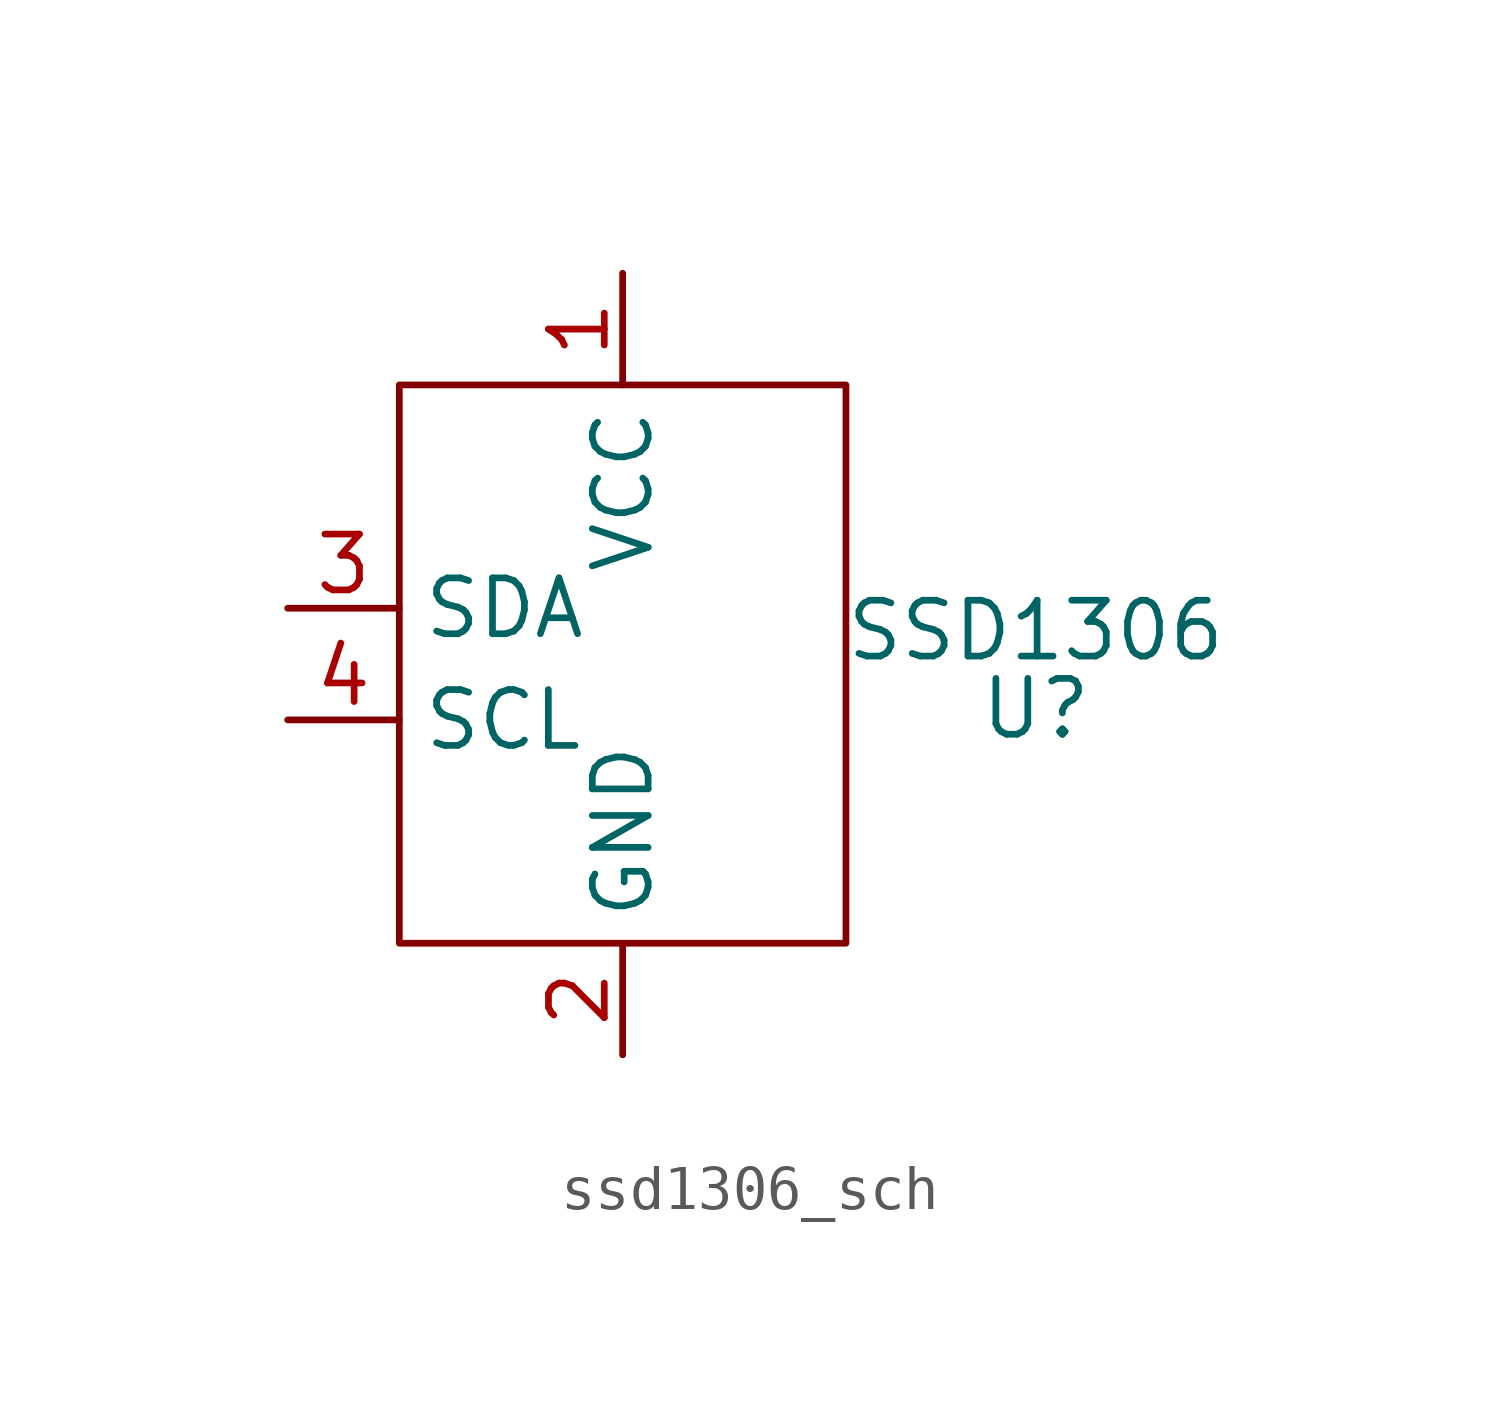
<source format=kicad_sym>
(kicad_symbol_lib
  (version 20241209)
  (generator "kicad_symbol_editor")
  (generator_version "9.0")
  (symbol "ssd1306_sch"
    (property "Reference" "U"
      (at 9.398 -1.016 0)
      (effects (font (size 1.27 1.27))))
    (property "Value" "SSD1306"
      (at 9.398 0.762 0)
      (effects (font (size 1.27 1.27))))
    (symbol "ssd1306_sch_0_1"
      (rectangle (start -5.08 6.35) (end 5.08 -6.35) (stroke (width 0) (type default)) (fill (type none))))
    (symbol "ssd1306_sch_1_1"
      (pin bidirectional line (at -7.62 1.27 0) (length 2.54) (name "SDA" (effects (font (size 1.27 1.27)))) (number "3" (effects (font (size 1.27 1.27)))))
      (pin input line (at -7.62 -1.27 0) (length 2.54) (name "SCL" (effects (font (size 1.27 1.27)))) (number "4" (effects (font (size 1.27 1.27)))))
      (pin input line (at 0 8.89 270) (length 2.54) (name "VCC" (effects (font (size 1.27 1.27)))) (number "1" (effects (font (size 1.27 1.27)))))
      (pin input line (at 0 -8.89 90) (length 2.54) (name "GND" (effects (font (size 1.27 1.27)))) (number "2" (effects (font (size 1.27 1.27))))))))
</source>
